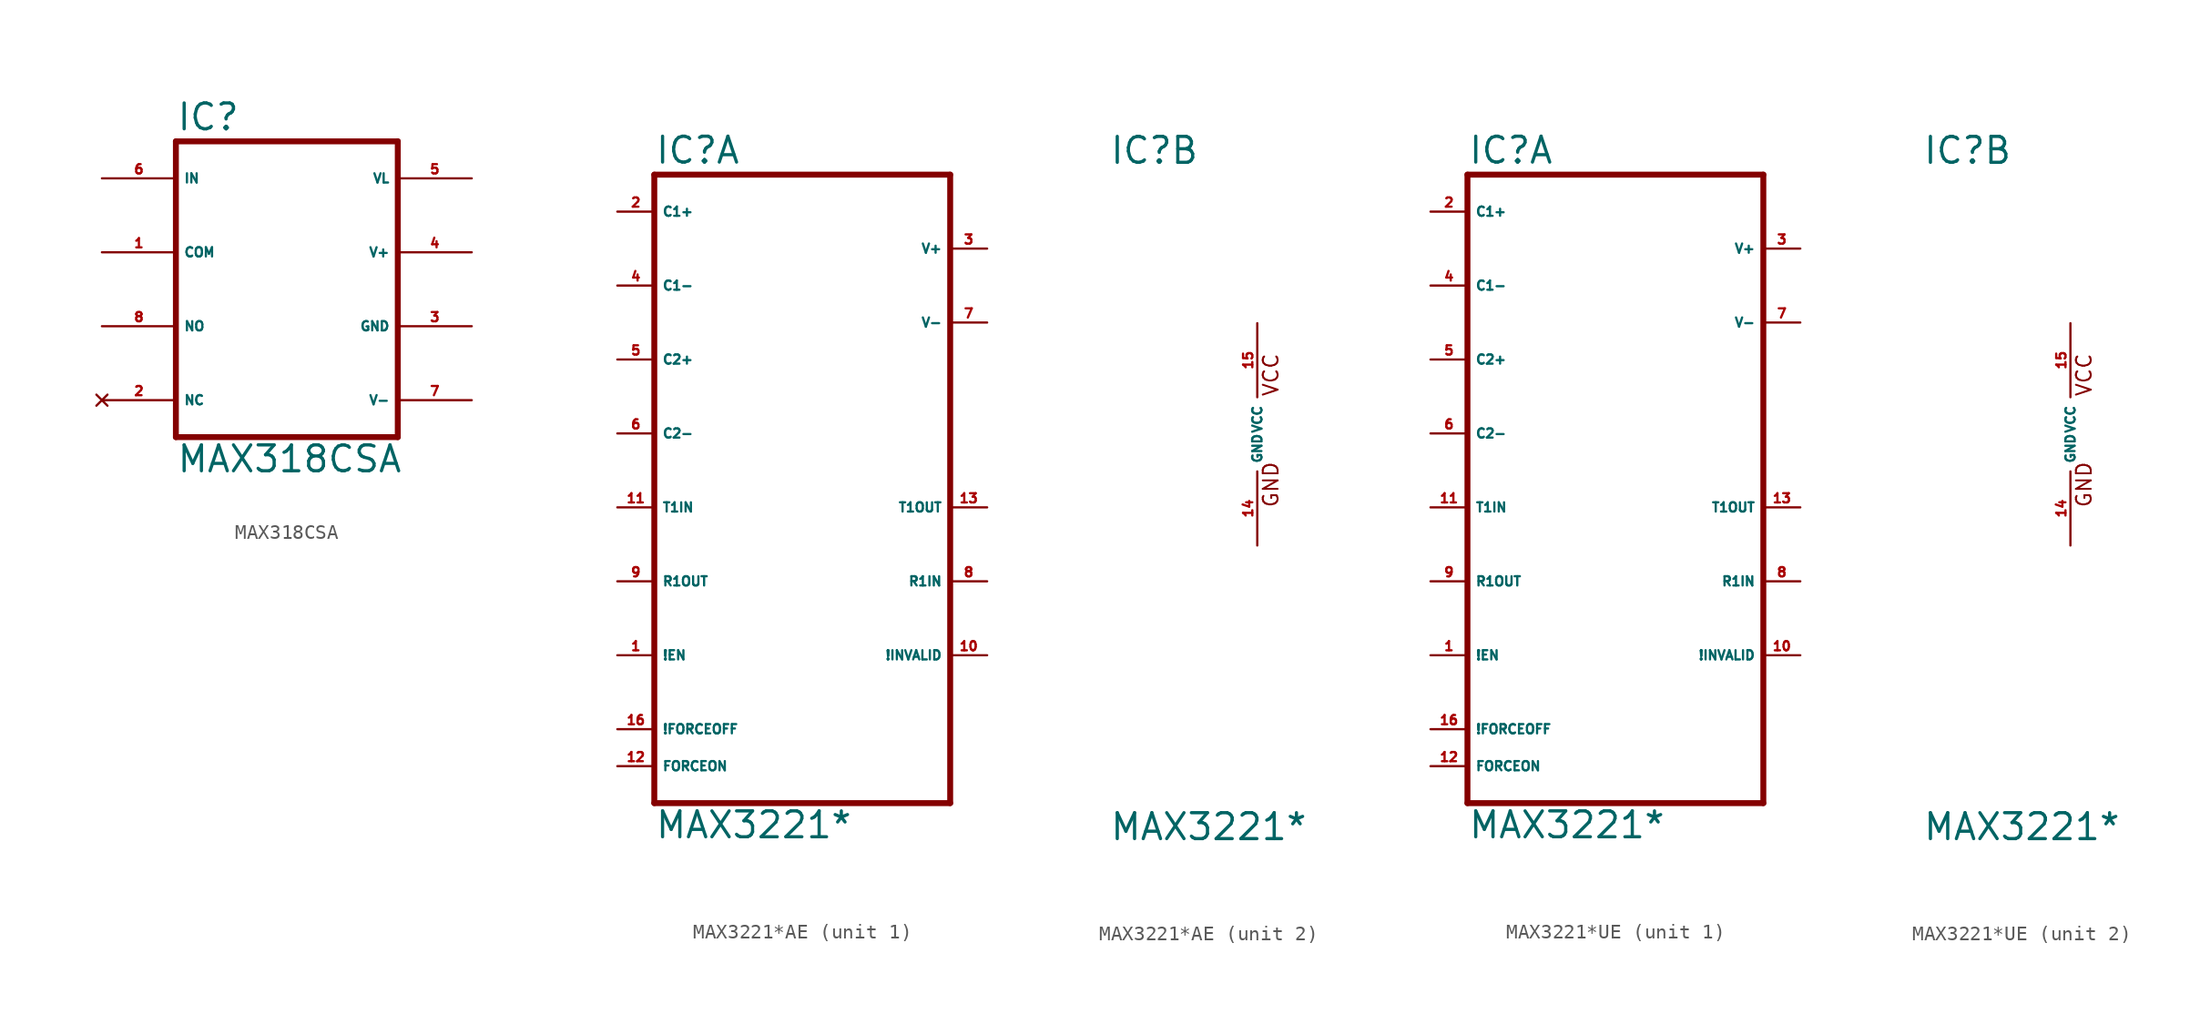
<source format=kicad_sym>
(kicad_symbol_lib
  (version 20220914)
  (generator Eagle2Kicad)
  (symbol "MAX318CSA"
    (property "Reference" "IC"
      (at -7.62 10.795 0)
      (effects (font (size 1.778 1.778) (thickness 0.22)) (justify left bottom)))
    (property "Value" "MAX318CSA"
      (at -7.62 -12.7 0)
      (effects (font (size 1.778 1.778) (thickness 0.22)) (justify left bottom)))
    (polyline
      (pts (xy -7.62 -10.16) (xy 7.62 -10.16))
      (stroke (width 0.406) (type default))
      (fill (type none)))
    (polyline
      (pts (xy 7.62 -10.16) (xy 7.62 10.16))
      (stroke (width 0.406) (type default))
      (fill (type none)))
    (polyline
      (pts (xy 7.62 10.16) (xy -7.62 10.16))
      (stroke (width 0.406) (type default))
      (fill (type none)))
    (polyline
      (pts (xy -7.62 10.16) (xy -7.62 -10.16))
      (stroke (width 0.406) (type default))
      (fill (type none)))
    (pin input line
      (at -12.7 7.62 0)
      (length 5.08)
      (name "IN" (effects (font (size 0.635 0.635) (thickness 0.08)) (justify left bottom)))
      (number "6" (effects (font (size 0.635 0.635) (thickness 0.08)) (justify left bottom))))
    (pin passive line
      (at -12.7 2.54 0)
      (length 5.08)
      (name "COM" (effects (font (size 0.635 0.635) (thickness 0.08)) (justify left bottom)))
      (number "1" (effects (font (size 0.635 0.635) (thickness 0.08)) (justify left bottom))))
    (pin no_connect line
      (at -12.7 -7.62 0)
      (length 5.08)
      (name "NC" (effects (font (size 0.635 0.635) (thickness 0.08)) (justify left bottom) hide))
      (number "2" (effects (font (size 0.635 0.635) (thickness 0.08)) (justify left bottom) hide)))
    (pin passive line
      (at -12.7 -2.54 0)
      (length 5.08)
      (name "NO" (effects (font (size 0.635 0.635) (thickness 0.08)) (justify left bottom)))
      (number "8" (effects (font (size 0.635 0.635) (thickness 0.08)) (justify left bottom))))
    (pin unspecified line
      (at 12.7 -2.54 180)
      (length 5.08)
      (name "GND" (effects (font (size 0.635 0.635) (thickness 0.08)) (justify left bottom)))
      (number "3" (effects (font (size 0.635 0.635) (thickness 0.08)) (justify left bottom))))
    (pin unspecified line
      (at 12.7 7.62 180)
      (length 5.08)
      (name "VL" (effects (font (size 0.635 0.635) (thickness 0.08)) (justify left bottom)))
      (number "5" (effects (font (size 0.635 0.635) (thickness 0.08)) (justify left bottom))))
    (pin unspecified line
      (at 12.7 -7.62 180)
      (length 5.08)
      (name "V-" (effects (font (size 0.635 0.635) (thickness 0.08)) (justify left bottom)))
      (number "7" (effects (font (size 0.635 0.635) (thickness 0.08)) (justify left bottom))))
    (pin unspecified line
      (at 12.7 2.54 180)
      (length 5.08)
      (name "V+" (effects (font (size 0.635 0.635) (thickness 0.08)) (justify left bottom)))
      (number "4" (effects (font (size 0.635 0.635) (thickness 0.08)) (justify left bottom)))))
  (symbol "MAX3221*AE"
    (property "Reference" "IC"
      (at -10.16 18.415 0)
      (effects (font (size 1.778 1.778) (thickness 0.22)) (justify left bottom)))
    (property "Value" "MAX3221*"
      (at -10.16 -27.94 0)
      (effects (font (size 1.778 1.778) (thickness 0.22)) (justify left bottom)))
    (symbol "MAX3221*AE_1_0"
      (polyline (pts (xy -10.16 17.78) (xy 10.16 17.78)) (stroke (width 0.406) (type default)) (fill (type none)))
      (polyline (pts (xy 10.16 -25.4) (xy 10.16 17.78)) (stroke (width 0.406) (type default)) (fill (type none)))
      (polyline (pts (xy 10.16 -25.4) (xy -10.16 -25.4)) (stroke (width 0.406) (type default)) (fill (type none)))
      (polyline (pts (xy -10.16 17.78) (xy -10.16 -25.4)) (stroke (width 0.406) (type default)) (fill (type none)))
      (pin passive line (at -12.7 15.24 0) (length 2.54) (name "C1+" (effects (font (size 0.635 0.635) (thickness 0.08)) (justify left bottom))) (number "2" (effects (font (size 0.635 0.635) (thickness 0.08)) (justify left bottom))))
      (pin passive line (at -12.7 10.16 0) (length 2.54) (name "C1-" (effects (font (size 0.635 0.635) (thickness 0.08)) (justify left bottom))) (number "4" (effects (font (size 0.635 0.635) (thickness 0.08)) (justify left bottom))))
      (pin passive line (at -12.7 5.08 0) (length 2.54) (name "C2+" (effects (font (size 0.635 0.635) (thickness 0.08)) (justify left bottom))) (number "5" (effects (font (size 0.635 0.635) (thickness 0.08)) (justify left bottom))))
      (pin passive line (at -12.7 0 0) (length 2.54) (name "C2-" (effects (font (size 0.635 0.635) (thickness 0.08)) (justify left bottom))) (number "6" (effects (font (size 0.635 0.635) (thickness 0.08)) (justify left bottom))))
      (pin input line (at -12.7 -5.08 0) (length 2.54) (name "T1IN" (effects (font (size 0.635 0.635) (thickness 0.08)) (justify left bottom))) (number "11" (effects (font (size 0.635 0.635) (thickness 0.08)) (justify left bottom))))
      (pin output line (at -12.7 -10.16 0) (length 2.54) (name "R1OUT" (effects (font (size 0.635 0.635) (thickness 0.08)) (justify left bottom))) (number "9" (effects (font (size 0.635 0.635) (thickness 0.08)) (justify left bottom))))
      (pin passive line (at 12.7 12.7 180) (length 2.54) (name "V+" (effects (font (size 0.635 0.635) (thickness 0.08)) (justify left bottom))) (number "3" (effects (font (size 0.635 0.635) (thickness 0.08)) (justify left bottom))))
      (pin passive line (at 12.7 7.62 180) (length 2.54) (name "V-" (effects (font (size 0.635 0.635) (thickness 0.08)) (justify left bottom))) (number "7" (effects (font (size 0.635 0.635) (thickness 0.08)) (justify left bottom))))
      (pin output line (at 12.7 -5.08 180) (length 2.54) (name "T1OUT" (effects (font (size 0.635 0.635) (thickness 0.08)) (justify left bottom))) (number "13" (effects (font (size 0.635 0.635) (thickness 0.08)) (justify left bottom))))
      (pin input line (at 12.7 -10.16 180) (length 2.54) (name "R1IN" (effects (font (size 0.635 0.635) (thickness 0.08)) (justify left bottom))) (number "8" (effects (font (size 0.635 0.635) (thickness 0.08)) (justify left bottom))))
      (pin input line (at 12.7 -15.24 180) (length 2.54) (name "!INVALID" (effects (font (size 0.635 0.635) (thickness 0.08)) (justify left bottom))) (number "10" (effects (font (size 0.635 0.635) (thickness 0.08)) (justify left bottom))))
      (pin input line (at -12.7 -20.32 0) (length 2.54) (name "!FORCEOFF" (effects (font (size 0.635 0.635) (thickness 0.08)) (justify left bottom))) (number "16" (effects (font (size 0.635 0.635) (thickness 0.08)) (justify left bottom))))
      (pin input line (at -12.7 -22.86 0) (length 2.54) (name "FORCEON" (effects (font (size 0.635 0.635) (thickness 0.08)) (justify left bottom))) (number "12" (effects (font (size 0.635 0.635) (thickness 0.08)) (justify left bottom))))
      (pin input line (at -12.7 -15.24 0) (length 2.54) (name "!EN" (effects (font (size 0.635 0.635) (thickness 0.08)) (justify left bottom))) (number "1" (effects (font (size 0.635 0.635) (thickness 0.08)) (justify left bottom)))))
    (symbol "MAX3221*AE_2_0"
      (text "GND" (at 1.524 -5.08 900) (effects (font (size 1.016 1.016) (thickness 0.13)) (justify left bottom)))
      (text "VCC" (at 1.524 2.54 900) (effects (font (size 1.016 1.016) (thickness 0.13)) (justify left bottom)))
      (pin unspecified line (at 0 7.62 270) (length 5.08) (name "VCC" (effects (font (size 0.635 0.635) (thickness 0.08)) (justify left bottom))) (number "15" (effects (font (size 0.635 0.635) (thickness 0.08)) (justify left bottom))))
      (pin unspecified line (at 0 -7.62 90) (length 5.08) (name "GND" (effects (font (size 0.635 0.635) (thickness 0.08)) (justify left bottom))) (number "14" (effects (font (size 0.635 0.635) (thickness 0.08)) (justify left bottom))))))
  (symbol "MAX3221*UE"
    (property "Reference" "IC"
      (at -10.16 18.415 0)
      (effects (font (size 1.778 1.778) (thickness 0.22)) (justify left bottom)))
    (property "Value" "MAX3221*"
      (at -10.16 -27.94 0)
      (effects (font (size 1.778 1.778) (thickness 0.22)) (justify left bottom)))
    (symbol "MAX3221*UE_1_0"
      (polyline (pts (xy -10.16 17.78) (xy 10.16 17.78)) (stroke (width 0.406) (type default)) (fill (type none)))
      (polyline (pts (xy 10.16 -25.4) (xy 10.16 17.78)) (stroke (width 0.406) (type default)) (fill (type none)))
      (polyline (pts (xy 10.16 -25.4) (xy -10.16 -25.4)) (stroke (width 0.406) (type default)) (fill (type none)))
      (polyline (pts (xy -10.16 17.78) (xy -10.16 -25.4)) (stroke (width 0.406) (type default)) (fill (type none)))
      (pin passive line (at -12.7 15.24 0) (length 2.54) (name "C1+" (effects (font (size 0.635 0.635) (thickness 0.08)) (justify left bottom))) (number "2" (effects (font (size 0.635 0.635) (thickness 0.08)) (justify left bottom))))
      (pin passive line (at -12.7 10.16 0) (length 2.54) (name "C1-" (effects (font (size 0.635 0.635) (thickness 0.08)) (justify left bottom))) (number "4" (effects (font (size 0.635 0.635) (thickness 0.08)) (justify left bottom))))
      (pin passive line (at -12.7 5.08 0) (length 2.54) (name "C2+" (effects (font (size 0.635 0.635) (thickness 0.08)) (justify left bottom))) (number "5" (effects (font (size 0.635 0.635) (thickness 0.08)) (justify left bottom))))
      (pin passive line (at -12.7 0 0) (length 2.54) (name "C2-" (effects (font (size 0.635 0.635) (thickness 0.08)) (justify left bottom))) (number "6" (effects (font (size 0.635 0.635) (thickness 0.08)) (justify left bottom))))
      (pin input line (at -12.7 -5.08 0) (length 2.54) (name "T1IN" (effects (font (size 0.635 0.635) (thickness 0.08)) (justify left bottom))) (number "11" (effects (font (size 0.635 0.635) (thickness 0.08)) (justify left bottom))))
      (pin output line (at -12.7 -10.16 0) (length 2.54) (name "R1OUT" (effects (font (size 0.635 0.635) (thickness 0.08)) (justify left bottom))) (number "9" (effects (font (size 0.635 0.635) (thickness 0.08)) (justify left bottom))))
      (pin passive line (at 12.7 12.7 180) (length 2.54) (name "V+" (effects (font (size 0.635 0.635) (thickness 0.08)) (justify left bottom))) (number "3" (effects (font (size 0.635 0.635) (thickness 0.08)) (justify left bottom))))
      (pin passive line (at 12.7 7.62 180) (length 2.54) (name "V-" (effects (font (size 0.635 0.635) (thickness 0.08)) (justify left bottom))) (number "7" (effects (font (size 0.635 0.635) (thickness 0.08)) (justify left bottom))))
      (pin output line (at 12.7 -5.08 180) (length 2.54) (name "T1OUT" (effects (font (size 0.635 0.635) (thickness 0.08)) (justify left bottom))) (number "13" (effects (font (size 0.635 0.635) (thickness 0.08)) (justify left bottom))))
      (pin input line (at 12.7 -10.16 180) (length 2.54) (name "R1IN" (effects (font (size 0.635 0.635) (thickness 0.08)) (justify left bottom))) (number "8" (effects (font (size 0.635 0.635) (thickness 0.08)) (justify left bottom))))
      (pin input line (at 12.7 -15.24 180) (length 2.54) (name "!INVALID" (effects (font (size 0.635 0.635) (thickness 0.08)) (justify left bottom))) (number "10" (effects (font (size 0.635 0.635) (thickness 0.08)) (justify left bottom))))
      (pin input line (at -12.7 -20.32 0) (length 2.54) (name "!FORCEOFF" (effects (font (size 0.635 0.635) (thickness 0.08)) (justify left bottom))) (number "16" (effects (font (size 0.635 0.635) (thickness 0.08)) (justify left bottom))))
      (pin input line (at -12.7 -22.86 0) (length 2.54) (name "FORCEON" (effects (font (size 0.635 0.635) (thickness 0.08)) (justify left bottom))) (number "12" (effects (font (size 0.635 0.635) (thickness 0.08)) (justify left bottom))))
      (pin input line (at -12.7 -15.24 0) (length 2.54) (name "!EN" (effects (font (size 0.635 0.635) (thickness 0.08)) (justify left bottom))) (number "1" (effects (font (size 0.635 0.635) (thickness 0.08)) (justify left bottom)))))
    (symbol "MAX3221*UE_2_0"
      (text "GND" (at 1.524 -5.08 900) (effects (font (size 1.016 1.016) (thickness 0.13)) (justify left bottom)))
      (text "VCC" (at 1.524 2.54 900) (effects (font (size 1.016 1.016) (thickness 0.13)) (justify left bottom)))
      (pin unspecified line (at 0 7.62 270) (length 5.08) (name "VCC" (effects (font (size 0.635 0.635) (thickness 0.08)) (justify left bottom))) (number "15" (effects (font (size 0.635 0.635) (thickness 0.08)) (justify left bottom))))
      (pin unspecified line (at 0 -7.62 90) (length 5.08) (name "GND" (effects (font (size 0.635 0.635) (thickness 0.08)) (justify left bottom))) (number "14" (effects (font (size 0.635 0.635) (thickness 0.08)) (justify left bottom)))))))
</source>
